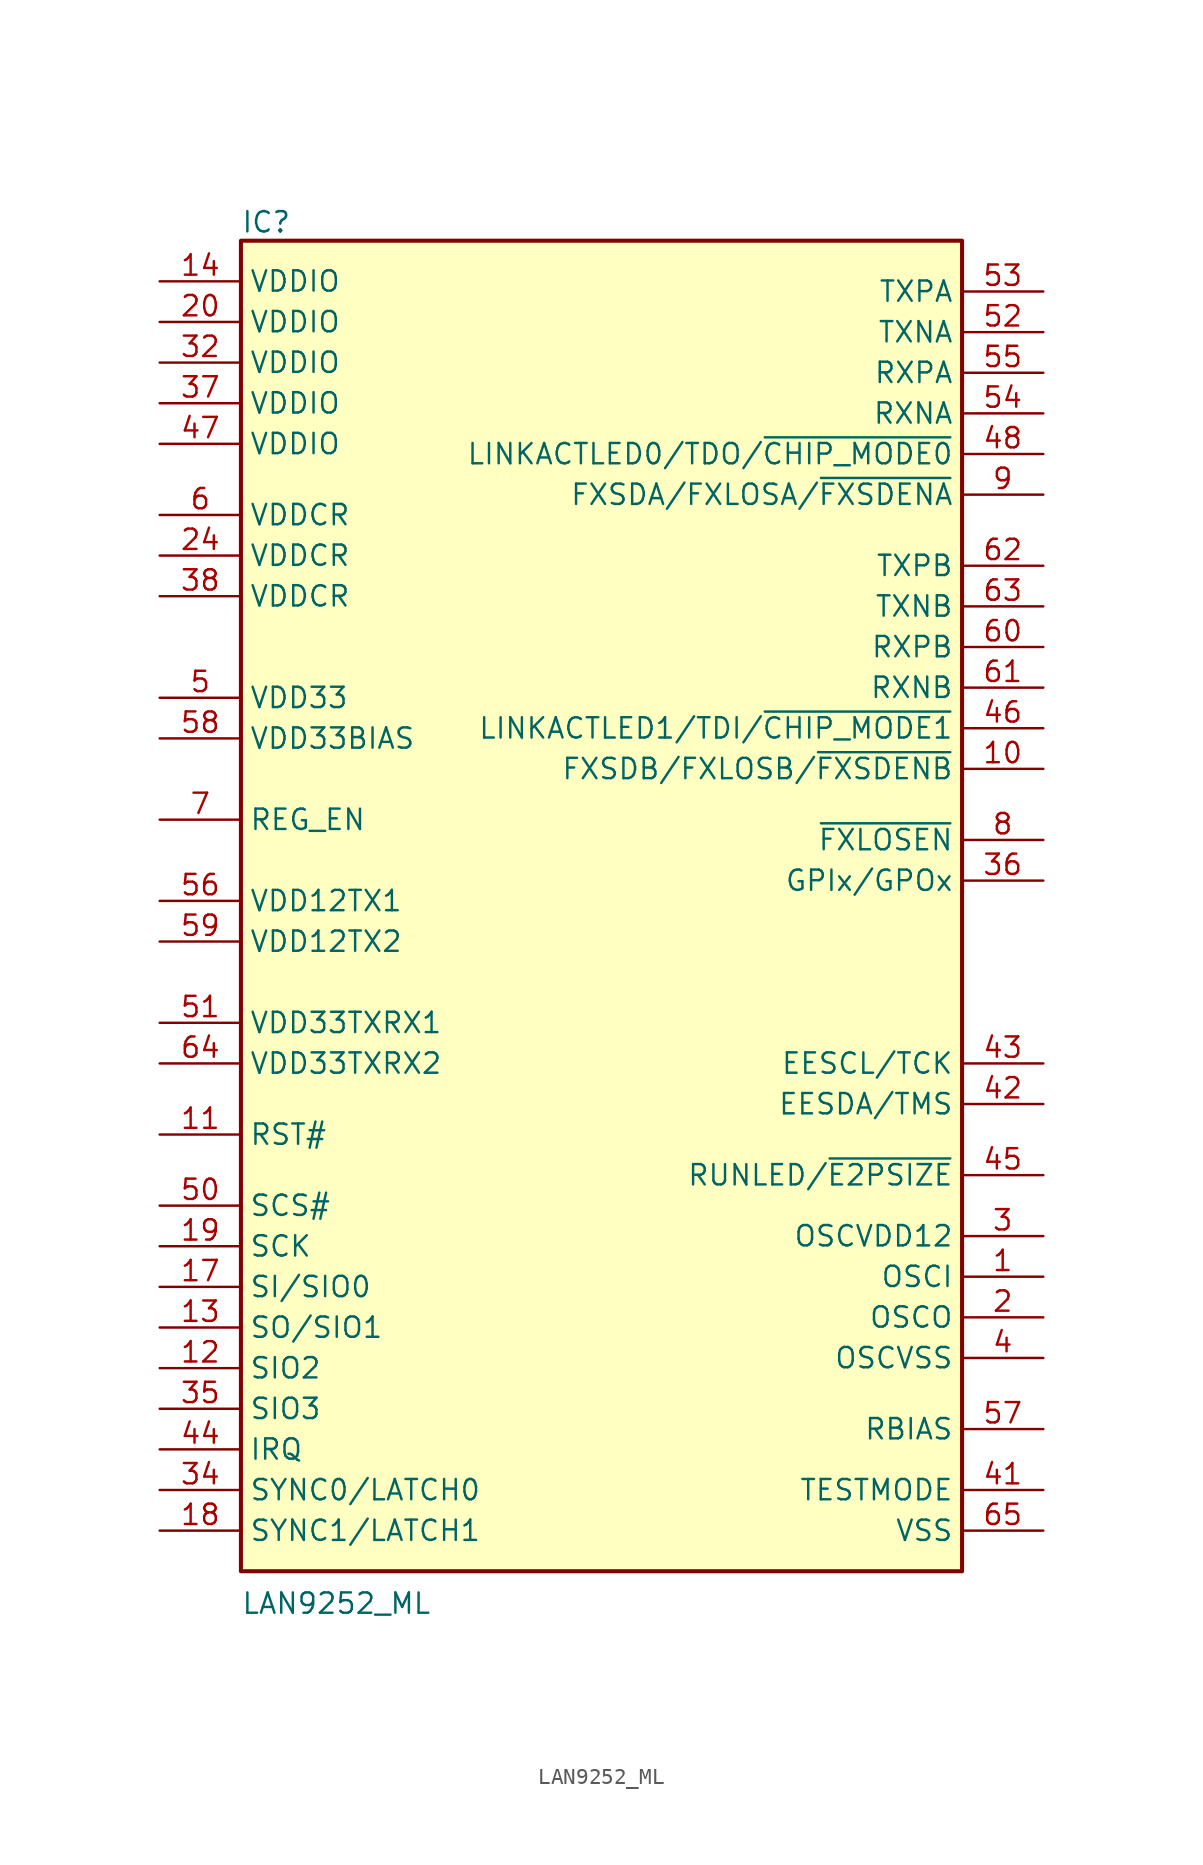
<source format=kicad_sym>
(kicad_symbol_lib
  (version 20220914)
  (generator kicad_symbol_editor)
  (symbol "LAN9252_ML"
    (property "Reference" "IC"
      (at 13.335 67.31 0)
      (effects (font (size 1.27 1.27)) (justify left top)))
    (property "Value" "LAN9252_ML"
      (at 13.335 -19.05 0)
      (effects (font (size 1.27 1.27)) (justify left top)))
    (symbol "LAN9252_ML_1_1"
      (rectangle (start 13.335 65.405) (end 58.42 -17.78) (stroke (width 0.254) (type default)) (fill (type background)))
      (pin passive line (at 63.5 0.635 180) (length 5.08) (name "OSCI" (effects (font (size 1.27 1.27)))) (number "1" (effects (font (size 1.27 1.27)))))
      (pin passive line (at 63.5 32.385 180) (length 5.08) (name "FXSDB/FXLOSB/~{FXSDENB}" (effects (font (size 1.27 1.27)))) (number "10" (effects (font (size 1.27 1.27)))))
      (pin passive line (at 8.255 9.525 0) (length 5.08) (name "RST#" (effects (font (size 1.27 1.27)))) (number "11" (effects (font (size 1.27 1.27)))))
      (pin passive line (at 8.255 -5.08 0) (length 5.08) (name "SIO2" (effects (font (size 1.27 1.27)))) (number "12" (effects (font (size 1.27 1.27)))))
      (pin passive line (at 8.255 -2.54 0) (length 5.08) (name "SO/SIO1" (effects (font (size 1.27 1.27)))) (number "13" (effects (font (size 1.27 1.27)))))
      (pin passive line (at 8.255 62.865 0) (length 5.08) (name "VDDIO" (effects (font (size 1.27 1.27)))) (number "14" (effects (font (size 1.27 1.27)))))
      (pin passive line (at 63.5 25.4 180) (length 5.08) hide (name "GPI8/GPO8" (effects (font (size 1.27 1.27)))) (number "15" (effects (font (size 1.27 1.27)))))
      (pin passive line (at 63.5 25.4 180) (length 5.08) hide (name "GPI7/GPO7" (effects (font (size 1.27 1.27)))) (number "16" (effects (font (size 1.27 1.27)))))
      (pin passive line (at 8.255 0 0) (length 5.08) (name "SI/SIO0" (effects (font (size 1.27 1.27)))) (number "17" (effects (font (size 1.27 1.27)))))
      (pin passive line (at 8.255 -15.24 0) (length 5.08) (name "SYNC1/LATCH1" (effects (font (size 1.27 1.27)))) (number "18" (effects (font (size 1.27 1.27)))))
      (pin passive line (at 8.255 2.54 0) (length 5.08) (name "SCK" (effects (font (size 1.27 1.27)))) (number "19" (effects (font (size 1.27 1.27)))))
      (pin passive line (at 63.5 -1.905 180) (length 5.08) (name "OSCO" (effects (font (size 1.27 1.27)))) (number "2" (effects (font (size 1.27 1.27)))))
      (pin passive line (at 8.255 60.325 0) (length 5.08) (name "VDDIO" (effects (font (size 1.27 1.27)))) (number "20" (effects (font (size 1.27 1.27)))))
      (pin passive line (at 63.5 25.4 180) (length 5.08) hide (name "GPI6/GPO6" (effects (font (size 1.27 1.27)))) (number "21" (effects (font (size 1.27 1.27)))))
      (pin passive line (at 63.5 25.4 180) (length 5.08) hide (name "GPI5/GPO5" (effects (font (size 1.27 1.27)))) (number "22" (effects (font (size 1.27 1.27)))))
      (pin passive line (at 63.5 25.4 180) (length 5.08) hide (name "GPI4/GPO4" (effects (font (size 1.27 1.27)))) (number "23" (effects (font (size 1.27 1.27)))))
      (pin passive line (at 8.255 45.72 0) (length 5.08) (name "VDDCR" (effects (font (size 1.27 1.27)))) (number "24" (effects (font (size 1.27 1.27)))))
      (pin passive line (at 63.5 25.4 180) (length 5.08) hide (name "A1/ALELO/OE_EXT/MII_CLK25" (effects (font (size 1.27 1.27)))) (number "25" (effects (font (size 1.27 1.27)))))
      (pin passive line (at 63.5 25.4 180) (length 5.08) hide (name "GPI11/GPO11" (effects (font (size 1.27 1.27)))) (number "26" (effects (font (size 1.27 1.27)))))
      (pin passive line (at 63.5 25.4 180) (length 5.08) hide (name "GPI12/GPO12" (effects (font (size 1.27 1.27)))) (number "27" (effects (font (size 1.27 1.27)))))
      (pin passive line (at 63.5 25.4 180) (length 5.08) hide (name "GPI13/GPO13" (effects (font (size 1.27 1.27)))) (number "28" (effects (font (size 1.27 1.27)))))
      (pin passive line (at 63.5 25.4 180) (length 5.08) hide (name "GPI10/GPO10" (effects (font (size 1.27 1.27)))) (number "29" (effects (font (size 1.27 1.27)))))
      (pin passive line (at 63.5 3.175 180) (length 5.08) (name "OSCVDD12" (effects (font (size 1.27 1.27)))) (number "3" (effects (font (size 1.27 1.27)))))
      (pin passive line (at 63.5 25.4 180) (length 5.08) hide (name "GPI14/GPO14" (effects (font (size 1.27 1.27)))) (number "30" (effects (font (size 1.27 1.27)))))
      (pin passive line (at 63.5 25.4 180) (length 5.08) hide (name "GPI15/GPO15" (effects (font (size 1.27 1.27)))) (number "31" (effects (font (size 1.27 1.27)))))
      (pin passive line (at 8.255 57.785 0) (length 5.08) (name "VDDIO" (effects (font (size 1.27 1.27)))) (number "32" (effects (font (size 1.27 1.27)))))
      (pin passive line (at 63.5 25.4 180) (length 5.08) hide (name "GPI9/GPO9" (effects (font (size 1.27 1.27)))) (number "33" (effects (font (size 1.27 1.27)))))
      (pin passive line (at 8.255 -12.7 0) (length 5.08) (name "SYNC0/LATCH0" (effects (font (size 1.27 1.27)))) (number "34" (effects (font (size 1.27 1.27)))))
      (pin passive line (at 8.255 -7.62 0) (length 5.08) (name "SIO3" (effects (font (size 1.27 1.27)))) (number "35" (effects (font (size 1.27 1.27)))))
      (pin passive line (at 63.5 25.4 180) (length 5.08) (name "GPIx/GPOx" (effects (font (size 1.27 1.27)))) (number "36" (effects (font (size 1.27 1.27)))))
      (pin passive line (at 8.255 55.245 0) (length 5.08) (name "VDDIO" (effects (font (size 1.27 1.27)))) (number "37" (effects (font (size 1.27 1.27)))))
      (pin passive line (at 8.255 43.18 0) (length 5.08) (name "VDDCR" (effects (font (size 1.27 1.27)))) (number "38" (effects (font (size 1.27 1.27)))))
      (pin passive line (at 63.5 25.4 180) (length 5.08) hide (name "GPI1/GPO1" (effects (font (size 1.27 1.27)))) (number "39" (effects (font (size 1.27 1.27)))))
      (pin passive line (at 63.5 -4.445 180) (length 5.08) (name "OSCVSS" (effects (font (size 1.27 1.27)))) (number "4" (effects (font (size 1.27 1.27)))))
      (pin passive line (at 63.5 25.4 180) (length 5.08) hide (name "GPI2/GPO2" (effects (font (size 1.27 1.27)))) (number "40" (effects (font (size 1.27 1.27)))))
      (pin passive line (at 63.5 -12.7 180) (length 5.08) (name "TESTMODE" (effects (font (size 1.27 1.27)))) (number "41" (effects (font (size 1.27 1.27)))))
      (pin passive line (at 63.5 11.43 180) (length 5.08) (name "EESDA/TMS" (effects (font (size 1.27 1.27)))) (number "42" (effects (font (size 1.27 1.27)))))
      (pin passive line (at 63.5 13.97 180) (length 5.08) (name "EESCL/TCK" (effects (font (size 1.27 1.27)))) (number "43" (effects (font (size 1.27 1.27)))))
      (pin passive line (at 8.255 -10.16 0) (length 5.08) (name "IRQ" (effects (font (size 1.27 1.27)))) (number "44" (effects (font (size 1.27 1.27)))))
      (pin passive line (at 63.5 6.985 180) (length 5.08) (name "RUNLED/~{E2PSIZE}" (effects (font (size 1.27 1.27)))) (number "45" (effects (font (size 1.27 1.27)))))
      (pin passive line (at 63.5 34.925 180) (length 5.08) (name "LINKACTLED1/TDI/~{CHIP_MODE1}" (effects (font (size 1.27 1.27)))) (number "46" (effects (font (size 1.27 1.27)))))
      (pin passive line (at 8.255 52.705 0) (length 5.08) (name "VDDIO" (effects (font (size 1.27 1.27)))) (number "47" (effects (font (size 1.27 1.27)))))
      (pin passive line (at 63.5 52.07 180) (length 5.08) (name "LINKACTLED0/TDO/~{CHIP_MODE0}" (effects (font (size 1.27 1.27)))) (number "48" (effects (font (size 1.27 1.27)))))
      (pin passive line (at 63.5 25.4 180) (length 5.08) hide (name "GPI3/GPO3" (effects (font (size 1.27 1.27)))) (number "49" (effects (font (size 1.27 1.27)))))
      (pin passive line (at 8.255 36.83 0) (length 5.08) (name "VDD33" (effects (font (size 1.27 1.27)))) (number "5" (effects (font (size 1.27 1.27)))))
      (pin passive line (at 8.255 5.08 0) (length 5.08) (name "SCS#" (effects (font (size 1.27 1.27)))) (number "50" (effects (font (size 1.27 1.27)))))
      (pin passive line (at 8.255 16.51 0) (length 5.08) (name "VDD33TXRX1" (effects (font (size 1.27 1.27)))) (number "51" (effects (font (size 1.27 1.27)))))
      (pin passive line (at 63.5 59.69 180) (length 5.08) (name "TXNA" (effects (font (size 1.27 1.27)))) (number "52" (effects (font (size 1.27 1.27)))))
      (pin passive line (at 63.5 62.23 180) (length 5.08) (name "TXPA" (effects (font (size 1.27 1.27)))) (number "53" (effects (font (size 1.27 1.27)))))
      (pin passive line (at 63.5 54.61 180) (length 5.08) (name "RXNA" (effects (font (size 1.27 1.27)))) (number "54" (effects (font (size 1.27 1.27)))))
      (pin passive line (at 63.5 57.15 180) (length 5.08) (name "RXPA" (effects (font (size 1.27 1.27)))) (number "55" (effects (font (size 1.27 1.27)))))
      (pin passive line (at 8.255 24.13 0) (length 5.08) (name "VDD12TX1" (effects (font (size 1.27 1.27)))) (number "56" (effects (font (size 1.27 1.27)))))
      (pin passive line (at 63.5 -8.89 180) (length 5.08) (name "RBIAS" (effects (font (size 1.27 1.27)))) (number "57" (effects (font (size 1.27 1.27)))))
      (pin passive line (at 8.255 34.29 0) (length 5.08) (name "VDD33BIAS" (effects (font (size 1.27 1.27)))) (number "58" (effects (font (size 1.27 1.27)))))
      (pin passive line (at 8.255 21.59 0) (length 5.08) (name "VDD12TX2" (effects (font (size 1.27 1.27)))) (number "59" (effects (font (size 1.27 1.27)))))
      (pin passive line (at 8.255 48.26 0) (length 5.08) (name "VDDCR" (effects (font (size 1.27 1.27)))) (number "6" (effects (font (size 1.27 1.27)))))
      (pin passive line (at 63.5 40.005 180) (length 5.08) (name "RXPB" (effects (font (size 1.27 1.27)))) (number "60" (effects (font (size 1.27 1.27)))))
      (pin passive line (at 63.5 37.465 180) (length 5.08) (name "RXNB" (effects (font (size 1.27 1.27)))) (number "61" (effects (font (size 1.27 1.27)))))
      (pin passive line (at 63.5 45.085 180) (length 5.08) (name "TXPB" (effects (font (size 1.27 1.27)))) (number "62" (effects (font (size 1.27 1.27)))))
      (pin passive line (at 63.5 42.545 180) (length 5.08) (name "TXNB" (effects (font (size 1.27 1.27)))) (number "63" (effects (font (size 1.27 1.27)))))
      (pin passive line (at 8.255 13.97 0) (length 5.08) (name "VDD33TXRX2" (effects (font (size 1.27 1.27)))) (number "64" (effects (font (size 1.27 1.27)))))
      (pin passive line (at 63.5 -15.24 180) (length 5.08) (name "VSS" (effects (font (size 1.27 1.27)))) (number "65" (effects (font (size 1.27 1.27)))))
      (pin passive line (at 8.255 29.21 0) (length 5.08) (name "REG_EN" (effects (font (size 1.27 1.27)))) (number "7" (effects (font (size 1.27 1.27)))))
      (pin passive line (at 63.5 27.94 180) (length 5.08) (name "~{FXLOSEN}" (effects (font (size 1.27 1.27)))) (number "8" (effects (font (size 1.27 1.27)))))
      (pin passive line (at 63.5 49.53 180) (length 5.08) (name "FXSDA/FXLOSA/~{FXSDENA}" (effects (font (size 1.27 1.27)))) (number "9" (effects (font (size 1.27 1.27))))))))
</source>
